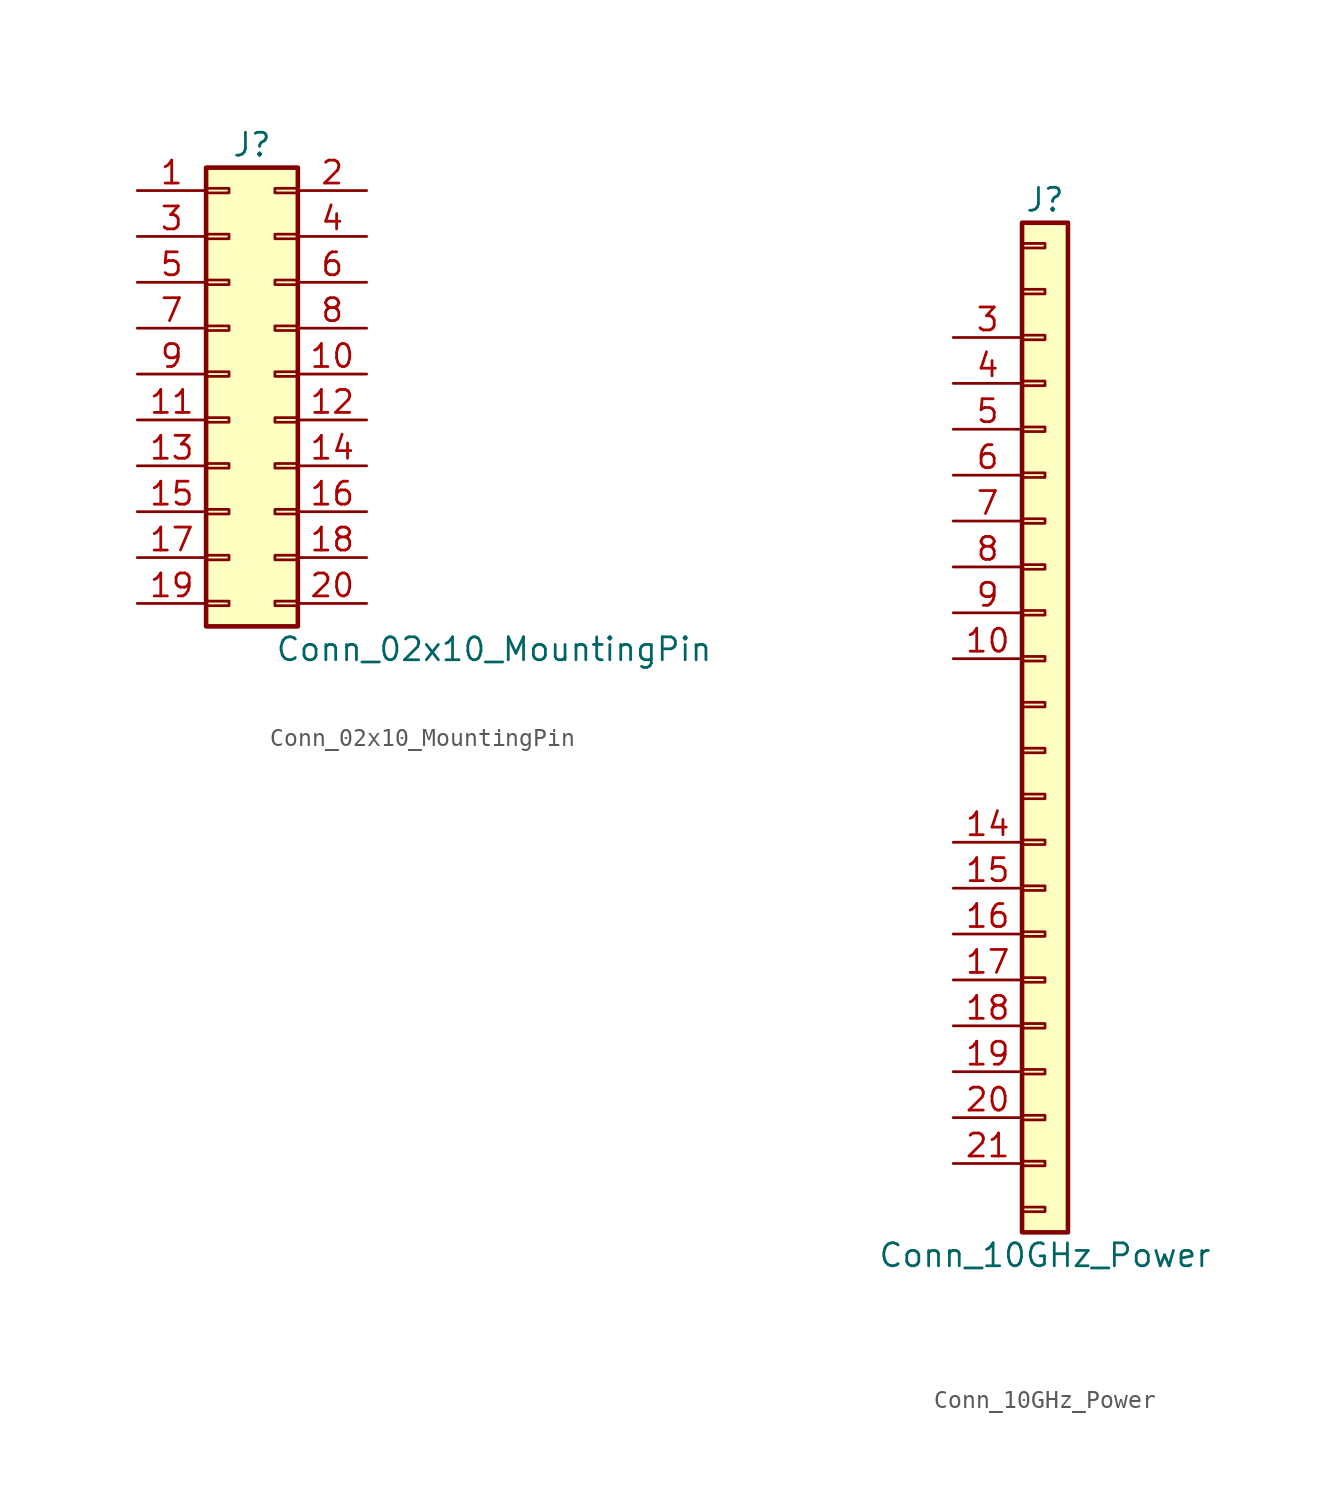
<source format=kicad_sym>
(kicad_symbol_lib
  (version 20211014)
  (generator kicad_symbol_editor)
  (symbol "Conn_02x10_MountingPin"
    (pin_names
      (offset 1.016) hide)
    (property "Reference" "J"
      (at 1.27 12.7 0)
      (effects (font (size 1.27 1.27))))
    (property "Value" "Conn_02x10_MountingPin"
      (at 2.54 -15.24 0)
      (effects (font (size 1.27 1.27)) (justify left)))
    (symbol "Conn_02x10_MountingPin_1_1"
      (rectangle (start -1.27 -12.573) (end 0 -12.827) (stroke (width 0.152) (type default) (color 0 0 0 0)) (fill (type none)))
      (rectangle (start -1.27 -10.033) (end 0 -10.287) (stroke (width 0.152) (type default) (color 0 0 0 0)) (fill (type none)))
      (rectangle (start -1.27 -7.493) (end 0 -7.747) (stroke (width 0.152) (type default) (color 0 0 0 0)) (fill (type none)))
      (rectangle (start -1.27 -4.953) (end 0 -5.207) (stroke (width 0.152) (type default) (color 0 0 0 0)) (fill (type none)))
      (rectangle (start -1.27 -2.413) (end 0 -2.667) (stroke (width 0.152) (type default) (color 0 0 0 0)) (fill (type none)))
      (rectangle (start -1.27 0.127) (end 0 -0.127) (stroke (width 0.152) (type default) (color 0 0 0 0)) (fill (type none)))
      (rectangle (start -1.27 2.667) (end 0 2.413) (stroke (width 0.152) (type default) (color 0 0 0 0)) (fill (type none)))
      (rectangle (start -1.27 5.207) (end 0 4.953) (stroke (width 0.152) (type default) (color 0 0 0 0)) (fill (type none)))
      (rectangle (start -1.27 7.747) (end 0 7.493) (stroke (width 0.152) (type default) (color 0 0 0 0)) (fill (type none)))
      (rectangle (start -1.27 10.287) (end 0 10.033) (stroke (width 0.152) (type default) (color 0 0 0 0)) (fill (type none)))
      (rectangle (start -1.27 11.43) (end 3.81 -13.97) (stroke (width 0.254) (type default) (color 0 0 0 0)) (fill (type background)))
      (rectangle (start 3.81 -12.573) (end 2.54 -12.827) (stroke (width 0.152) (type default) (color 0 0 0 0)) (fill (type none)))
      (rectangle (start 3.81 -10.033) (end 2.54 -10.287) (stroke (width 0.152) (type default) (color 0 0 0 0)) (fill (type none)))
      (rectangle (start 3.81 -7.493) (end 2.54 -7.747) (stroke (width 0.152) (type default) (color 0 0 0 0)) (fill (type none)))
      (rectangle (start 3.81 -4.953) (end 2.54 -5.207) (stroke (width 0.152) (type default) (color 0 0 0 0)) (fill (type none)))
      (rectangle (start 3.81 -2.413) (end 2.54 -2.667) (stroke (width 0.152) (type default) (color 0 0 0 0)) (fill (type none)))
      (rectangle (start 3.81 0.127) (end 2.54 -0.127) (stroke (width 0.152) (type default) (color 0 0 0 0)) (fill (type none)))
      (rectangle (start 3.81 2.667) (end 2.54 2.413) (stroke (width 0.152) (type default) (color 0 0 0 0)) (fill (type none)))
      (rectangle (start 3.81 5.207) (end 2.54 4.953) (stroke (width 0.152) (type default) (color 0 0 0 0)) (fill (type none)))
      (rectangle (start 3.81 7.747) (end 2.54 7.493) (stroke (width 0.152) (type default) (color 0 0 0 0)) (fill (type none)))
      (rectangle (start 3.81 10.287) (end 2.54 10.033) (stroke (width 0.152) (type default) (color 0 0 0 0)) (fill (type none)))
      (pin passive line (at -5.08 10.16 0) (length 3.81) (name "Pin_1" (effects (font (size 1.27 1.27)))) (number "1" (effects (font (size 1.27 1.27)))))
      (pin passive line (at 7.62 0 180) (length 3.81) (name "Pin_10" (effects (font (size 1.27 1.27)))) (number "10" (effects (font (size 1.27 1.27)))))
      (pin passive line (at -5.08 -2.54 0) (length 3.81) (name "Pin_11" (effects (font (size 1.27 1.27)))) (number "11" (effects (font (size 1.27 1.27)))))
      (pin passive line (at 7.62 -2.54 180) (length 3.81) (name "Pin_12" (effects (font (size 1.27 1.27)))) (number "12" (effects (font (size 1.27 1.27)))))
      (pin passive line (at -5.08 -5.08 0) (length 3.81) (name "Pin_13" (effects (font (size 1.27 1.27)))) (number "13" (effects (font (size 1.27 1.27)))))
      (pin passive line (at 7.62 -5.08 180) (length 3.81) (name "Pin_14" (effects (font (size 1.27 1.27)))) (number "14" (effects (font (size 1.27 1.27)))))
      (pin passive line (at -5.08 -7.62 0) (length 3.81) (name "Pin_15" (effects (font (size 1.27 1.27)))) (number "15" (effects (font (size 1.27 1.27)))))
      (pin passive line (at 7.62 -7.62 180) (length 3.81) (name "Pin_16" (effects (font (size 1.27 1.27)))) (number "16" (effects (font (size 1.27 1.27)))))
      (pin passive line (at -5.08 -10.16 0) (length 3.81) (name "Pin_17" (effects (font (size 1.27 1.27)))) (number "17" (effects (font (size 1.27 1.27)))))
      (pin passive line (at 7.62 -10.16 180) (length 3.81) (name "Pin_18" (effects (font (size 1.27 1.27)))) (number "18" (effects (font (size 1.27 1.27)))))
      (pin passive line (at -5.08 -12.7 0) (length 3.81) (name "Pin_19" (effects (font (size 1.27 1.27)))) (number "19" (effects (font (size 1.27 1.27)))))
      (pin passive line (at 7.62 10.16 180) (length 3.81) (name "Pin_2" (effects (font (size 1.27 1.27)))) (number "2" (effects (font (size 1.27 1.27)))))
      (pin passive line (at 7.62 -12.7 180) (length 3.81) (name "Pin_20" (effects (font (size 1.27 1.27)))) (number "20" (effects (font (size 1.27 1.27)))))
      (pin passive line (at -5.08 7.62 0) (length 3.81) (name "Pin_3" (effects (font (size 1.27 1.27)))) (number "3" (effects (font (size 1.27 1.27)))))
      (pin passive line (at 7.62 7.62 180) (length 3.81) (name "Pin_4" (effects (font (size 1.27 1.27)))) (number "4" (effects (font (size 1.27 1.27)))))
      (pin passive line (at -5.08 5.08 0) (length 3.81) (name "Pin_5" (effects (font (size 1.27 1.27)))) (number "5" (effects (font (size 1.27 1.27)))))
      (pin passive line (at 7.62 5.08 180) (length 3.81) (name "Pin_6" (effects (font (size 1.27 1.27)))) (number "6" (effects (font (size 1.27 1.27)))))
      (pin passive line (at -5.08 2.54 0) (length 3.81) (name "Pin_7" (effects (font (size 1.27 1.27)))) (number "7" (effects (font (size 1.27 1.27)))))
      (pin passive line (at 7.62 2.54 180) (length 3.81) (name "Pin_8" (effects (font (size 1.27 1.27)))) (number "8" (effects (font (size 1.27 1.27)))))
      (pin passive line (at -5.08 0 0) (length 3.81) (name "Pin_9" (effects (font (size 1.27 1.27)))) (number "9" (effects (font (size 1.27 1.27)))))))
  (symbol "Conn_10GHz_Power"
    (pin_names
      (offset 1.016) hide)
    (property "Reference" "J"
      (at 0 27.94 0)
      (effects (font (size 1.27 1.27))))
    (property "Value" "Conn_10GHz_Power"
      (at 0 -30.48 0)
      (effects (font (size 1.27 1.27))))
    (symbol "Conn_10GHz_Power_1_1"
      (rectangle (start -1.27 -27.813) (end 0 -28.067) (stroke (width 0.152) (type default) (color 0 0 0 0)) (fill (type none)))
      (rectangle (start -1.27 -25.273) (end 0 -25.527) (stroke (width 0.152) (type default) (color 0 0 0 0)) (fill (type none)))
      (rectangle (start -1.27 -22.733) (end 0 -22.987) (stroke (width 0.152) (type default) (color 0 0 0 0)) (fill (type none)))
      (rectangle (start -1.27 -20.193) (end 0 -20.447) (stroke (width 0.152) (type default) (color 0 0 0 0)) (fill (type none)))
      (rectangle (start -1.27 -17.653) (end 0 -17.907) (stroke (width 0.152) (type default) (color 0 0 0 0)) (fill (type none)))
      (rectangle (start -1.27 -15.113) (end 0 -15.367) (stroke (width 0.152) (type default) (color 0 0 0 0)) (fill (type none)))
      (rectangle (start -1.27 -12.573) (end 0 -12.827) (stroke (width 0.152) (type default) (color 0 0 0 0)) (fill (type none)))
      (rectangle (start -1.27 -10.033) (end 0 -10.287) (stroke (width 0.152) (type default) (color 0 0 0 0)) (fill (type none)))
      (rectangle (start -1.27 -7.493) (end 0 -7.747) (stroke (width 0.152) (type default) (color 0 0 0 0)) (fill (type none)))
      (rectangle (start -1.27 -4.953) (end 0 -5.207) (stroke (width 0.152) (type default) (color 0 0 0 0)) (fill (type none)))
      (rectangle (start -1.27 -2.413) (end 0 -2.667) (stroke (width 0.152) (type default) (color 0 0 0 0)) (fill (type none)))
      (rectangle (start -1.27 0.127) (end 0 -0.127) (stroke (width 0.152) (type default) (color 0 0 0 0)) (fill (type none)))
      (rectangle (start -1.27 2.667) (end 0 2.413) (stroke (width 0.152) (type default) (color 0 0 0 0)) (fill (type none)))
      (rectangle (start -1.27 5.207) (end 0 4.953) (stroke (width 0.152) (type default) (color 0 0 0 0)) (fill (type none)))
      (rectangle (start -1.27 7.747) (end 0 7.493) (stroke (width 0.152) (type default) (color 0 0 0 0)) (fill (type none)))
      (rectangle (start -1.27 10.287) (end 0 10.033) (stroke (width 0.152) (type default) (color 0 0 0 0)) (fill (type none)))
      (rectangle (start -1.27 12.827) (end 0 12.573) (stroke (width 0.152) (type default) (color 0 0 0 0)) (fill (type none)))
      (rectangle (start -1.27 15.367) (end 0 15.113) (stroke (width 0.152) (type default) (color 0 0 0 0)) (fill (type none)))
      (rectangle (start -1.27 17.907) (end 0 17.653) (stroke (width 0.152) (type default) (color 0 0 0 0)) (fill (type none)))
      (rectangle (start -1.27 20.447) (end 0 20.193) (stroke (width 0.152) (type default) (color 0 0 0 0)) (fill (type none)))
      (rectangle (start -1.27 22.987) (end 0 22.733) (stroke (width 0.152) (type default) (color 0 0 0 0)) (fill (type none)))
      (rectangle (start -1.27 25.527) (end 0 25.273) (stroke (width 0.152) (type default) (color 0 0 0 0)) (fill (type none)))
      (rectangle (start -1.27 26.67) (end 1.27 -29.21) (stroke (width 0.254) (type default) (color 0 0 0 0)) (fill (type background)))
      (pin passive line (at -5.08 2.54 0) (length 3.81) (name "Pin_10" (effects (font (size 1.27 1.27)))) (number "10" (effects (font (size 1.27 1.27)))))
      (pin passive line (at -5.08 -7.62 0) (length 3.81) (name "Pin_14" (effects (font (size 1.27 1.27)))) (number "14" (effects (font (size 1.27 1.27)))))
      (pin passive line (at -5.08 -10.16 0) (length 3.81) (name "Pin_15" (effects (font (size 1.27 1.27)))) (number "15" (effects (font (size 1.27 1.27)))))
      (pin passive line (at -5.08 -12.7 0) (length 3.81) (name "Pin_16" (effects (font (size 1.27 1.27)))) (number "16" (effects (font (size 1.27 1.27)))))
      (pin passive line (at -5.08 -15.24 0) (length 3.81) (name "Pin_17" (effects (font (size 1.27 1.27)))) (number "17" (effects (font (size 1.27 1.27)))))
      (pin passive line (at -5.08 -17.78 0) (length 3.81) (name "Pin_18" (effects (font (size 1.27 1.27)))) (number "18" (effects (font (size 1.27 1.27)))))
      (pin passive line (at -5.08 -20.32 0) (length 3.81) (name "Pin_19" (effects (font (size 1.27 1.27)))) (number "19" (effects (font (size 1.27 1.27)))))
      (pin passive line (at -5.08 -22.86 0) (length 3.81) (name "Pin_20" (effects (font (size 1.27 1.27)))) (number "20" (effects (font (size 1.27 1.27)))))
      (pin passive line (at -5.08 -25.4 0) (length 3.81) (name "Pin_21" (effects (font (size 1.27 1.27)))) (number "21" (effects (font (size 1.27 1.27)))))
      (pin passive line (at -5.08 20.32 0) (length 3.81) (name "Pin_3" (effects (font (size 1.27 1.27)))) (number "3" (effects (font (size 1.27 1.27)))))
      (pin passive line (at -5.08 17.78 0) (length 3.81) (name "Pin_4" (effects (font (size 1.27 1.27)))) (number "4" (effects (font (size 1.27 1.27)))))
      (pin passive line (at -5.08 15.24 0) (length 3.81) (name "Pin_5" (effects (font (size 1.27 1.27)))) (number "5" (effects (font (size 1.27 1.27)))))
      (pin passive line (at -5.08 12.7 0) (length 3.81) (name "Pin_6" (effects (font (size 1.27 1.27)))) (number "6" (effects (font (size 1.27 1.27)))))
      (pin passive line (at -5.08 10.16 0) (length 3.81) (name "Pin_7" (effects (font (size 1.27 1.27)))) (number "7" (effects (font (size 1.27 1.27)))))
      (pin passive line (at -5.08 7.62 0) (length 3.81) (name "Pin_8" (effects (font (size 1.27 1.27)))) (number "8" (effects (font (size 1.27 1.27)))))
      (pin passive line (at -5.08 5.08 0) (length 3.81) (name "Pin_9" (effects (font (size 1.27 1.27)))) (number "9" (effects (font (size 1.27 1.27))))))))
</source>
